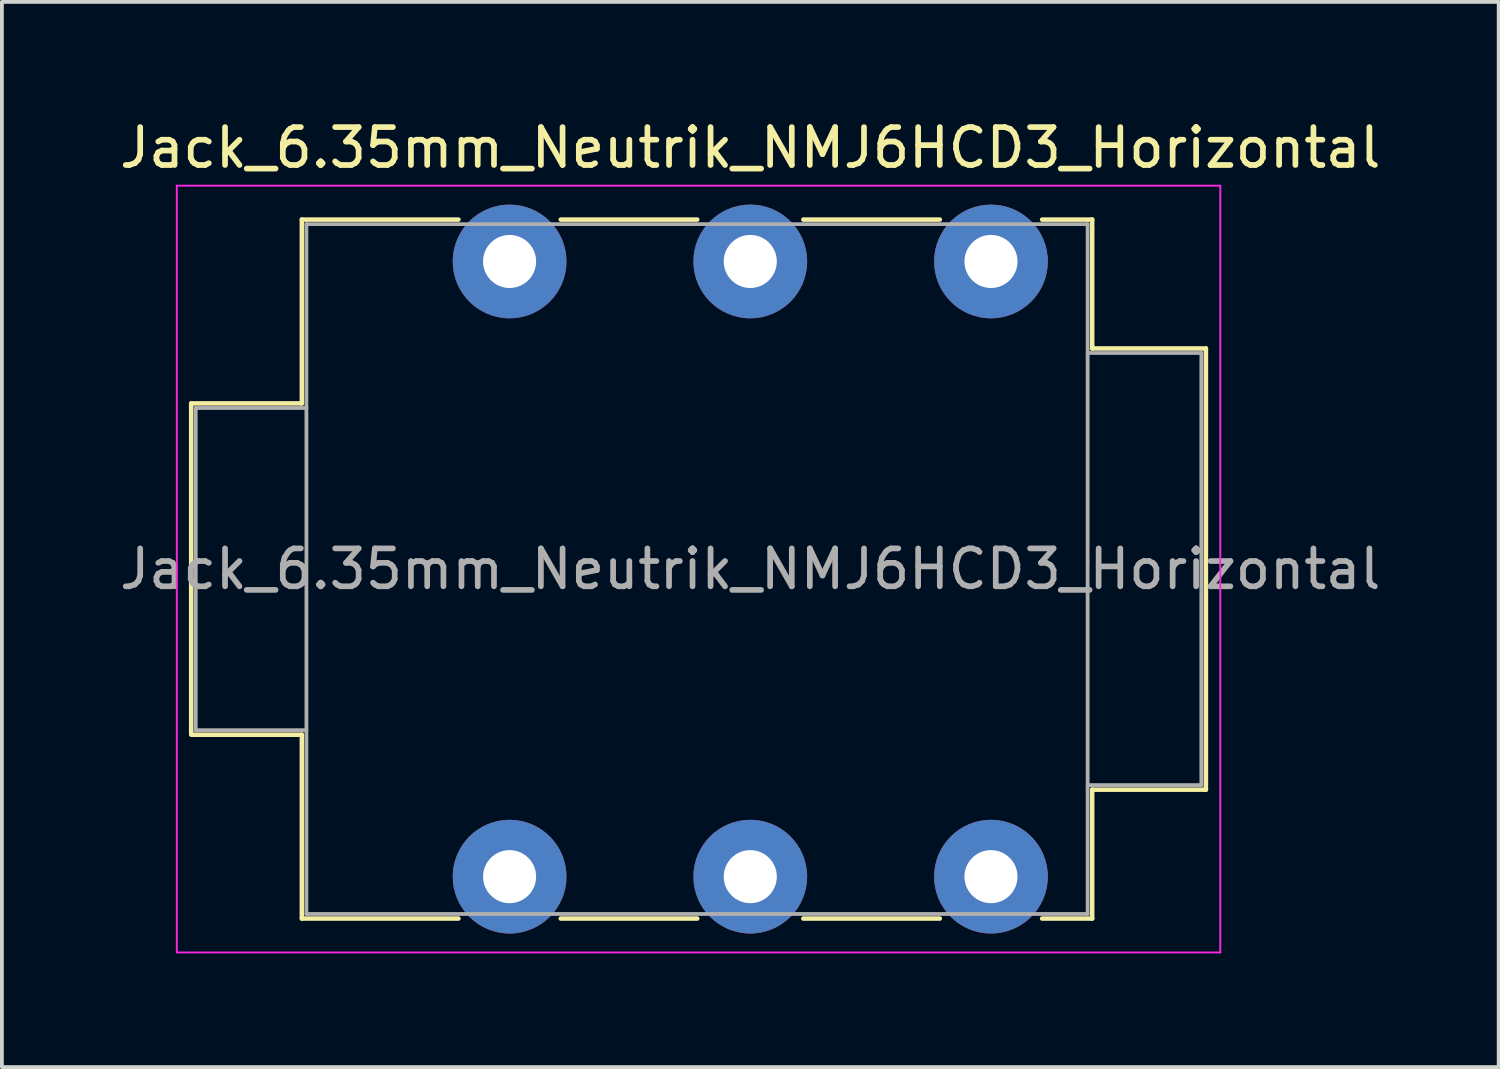
<source format=kicad_pcb>
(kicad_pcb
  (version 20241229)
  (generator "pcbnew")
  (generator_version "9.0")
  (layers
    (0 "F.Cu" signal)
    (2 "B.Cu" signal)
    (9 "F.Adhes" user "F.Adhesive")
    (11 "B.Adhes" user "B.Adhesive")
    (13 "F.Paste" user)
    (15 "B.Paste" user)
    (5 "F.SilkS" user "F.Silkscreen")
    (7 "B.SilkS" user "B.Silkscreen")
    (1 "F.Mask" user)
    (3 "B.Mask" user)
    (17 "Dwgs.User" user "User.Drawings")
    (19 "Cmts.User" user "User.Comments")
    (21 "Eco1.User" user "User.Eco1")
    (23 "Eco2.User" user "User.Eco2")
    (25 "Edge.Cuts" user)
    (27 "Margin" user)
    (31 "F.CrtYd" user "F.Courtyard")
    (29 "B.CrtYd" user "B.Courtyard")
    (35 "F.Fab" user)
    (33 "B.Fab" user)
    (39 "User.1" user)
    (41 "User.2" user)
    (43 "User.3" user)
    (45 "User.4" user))
  (footprint "Jack_6.35mm_Neutrik_NMJ6HCD3_Horizontal"
    (layer "F.Cu")
    (at 10.394 3.848)
    (property "Reference" "Jack_6.35mm_Neutrik_NMJ6HCD3_Horizontal" (at 6.35 -3 0) (layer "F.SilkS") (effects (font (size 1 1) (thickness 0.15))))
    (attr through_hole)
    (fp_line (start -8.4 3.745) (end -5.48 3.745) (stroke (width 0.12) (type solid)) (layer "F.SilkS"))
    (fp_line (start -8.4 12.445) (end -8.4 3.745) (stroke (width 0.12) (type solid)) (layer "F.SilkS"))
    (fp_line (start -8.4 12.485) (end -5.48 12.485) (stroke (width 0.12) (type solid)) (layer "F.SilkS"))
    (fp_line (start -5.48 -1.105) (end -1.35 -1.105) (stroke (width 0.12) (type solid)) (layer "F.SilkS"))
    (fp_line (start -5.48 3.745) (end -5.48 -1.105) (stroke (width 0.12) (type solid)) (layer "F.SilkS"))
    (fp_line (start -5.48 17.335) (end -5.48 12.485) (stroke (width 0.12) (type solid)) (layer "F.SilkS"))
    (fp_line (start -1.35 17.335) (end -5.48 17.335) (stroke (width 0.12) (type solid)) (layer "F.SilkS"))
    (fp_line (start 1.35 -1.105) (end 4.95 -1.105) (stroke (width 0.12) (type solid)) (layer "F.SilkS"))
    (fp_line (start 4.95 17.335) (end 1.35 17.335) (stroke (width 0.12) (type solid)) (layer "F.SilkS"))
    (fp_line (start 7.75 -1.105) (end 11.35 -1.105) (stroke (width 0.12) (type solid)) (layer "F.SilkS"))
    (fp_line (start 11.35 17.335) (end 7.75 17.335) (stroke (width 0.12) (type solid)) (layer "F.SilkS"))
    (fp_line (start 15.37 -1.105) (end 14.05 -1.105) (stroke (width 0.12) (type solid)) (layer "F.SilkS"))
    (fp_line (start 15.37 2.295) (end 15.37 -1.105) (stroke (width 0.12) (type solid)) (layer "F.SilkS"))
    (fp_line (start 15.37 2.295) (end 18.37 2.295) (stroke (width 0.12) (type solid)) (layer "F.SilkS"))
    (fp_line (start 15.37 13.935) (end 18.37 13.935) (stroke (width 0.12) (type solid)) (layer "F.SilkS"))
    (fp_line (start 15.37 17.335) (end 14.05 17.335) (stroke (width 0.12) (type solid)) (layer "F.SilkS"))
    (fp_line (start 15.37 17.335) (end 15.37 13.935) (stroke (width 0.12) (type solid)) (layer "F.SilkS"))
    (fp_line (start 18.37 13.935) (end 18.37 2.295) (stroke (width 0.12) (type solid)) (layer "F.SilkS"))
    (fp_line (start -8.78 18.23) (end -8.78 -2) (stroke (width 0.05) (type solid)) (layer "F.CrtYd"))
    (fp_line (start -8.78 18.23) (end 18.75 18.23) (stroke (width 0.05) (type solid)) (layer "F.CrtYd"))
    (fp_line (start 18.75 -2) (end -8.78 -2) (stroke (width 0.05) (type solid)) (layer "F.CrtYd"))
    (fp_line (start 18.75 18.23) (end 18.75 -2) (stroke (width 0.05) (type solid)) (layer "F.CrtYd"))
    (fp_line (start -8.28 3.865) (end -5.36 3.865) (stroke (width 0.1) (type solid)) (layer "F.Fab"))
    (fp_line (start -8.28 12.365) (end -8.28 3.865) (stroke (width 0.1) (type solid)) (layer "F.Fab"))
    (fp_line (start -8.28 12.365) (end -5.36 12.365) (stroke (width 0.1) (type solid)) (layer "F.Fab"))
    (fp_line (start -5.36 17.215) (end -5.36 -0.985) (stroke (width 0.1) (type solid)) (layer "F.Fab"))
    (fp_line (start 15.25 -0.985) (end -5.36 -0.985) (stroke (width 0.1) (type solid)) (layer "F.Fab"))
    (fp_line (start 15.25 17.215) (end -5.36 17.215) (stroke (width 0.1) (type solid)) (layer "F.Fab"))
    (fp_line (start 15.25 17.215) (end 15.25 -0.985) (stroke (width 0.1) (type solid)) (layer "F.Fab"))
    (fp_line (start 18.25 2.415) (end 15.25 2.415) (stroke (width 0.1) (type solid)) (layer "F.Fab"))
    (fp_line (start 18.25 13.815) (end 15.25 13.815) (stroke (width 0.1) (type solid)) (layer "F.Fab"))
    (fp_line (start 18.25 13.815) (end 18.25 2.415) (stroke (width 0.1) (type solid)) (layer "F.Fab"))
    (fp_text user "${REFERENCE}" (at 6.35 8.115 0) (layer "F.Fab") (effects (font (size 1 1) (thickness 0.15))))
    (pad "R" thru_hole circle (at 6.35 0) (size 3 3) (drill 1.4) (layers "*.Cu" "*.Mask"))
    (pad "RN" thru_hole circle (at 6.35 16.23) (size 3 3) (drill 1.4) (layers "*.Cu" "*.Mask"))
    (pad "S" thru_hole circle (at 12.7 0) (size 3 3) (drill 1.4) (layers "*.Cu" "*.Mask"))
    (pad "SN" thru_hole circle (at 12.7 16.23) (size 3 3) (drill 1.4) (layers "*.Cu" "*.Mask"))
    (pad "T" thru_hole circle (at 0 0) (size 3 3) (drill 1.4) (layers "*.Cu" "*.Mask"))
    (pad "TN" thru_hole circle (at 0 16.23) (size 3 3) (drill 1.4) (layers "*.Cu" "*.Mask")))
  (gr_rect
    (start -3 -3)
    (end 36.488 25.103)
    (stroke (width 0.1) (type default))
    (fill no)
    (layer "Edge.Cuts")))
</source>
